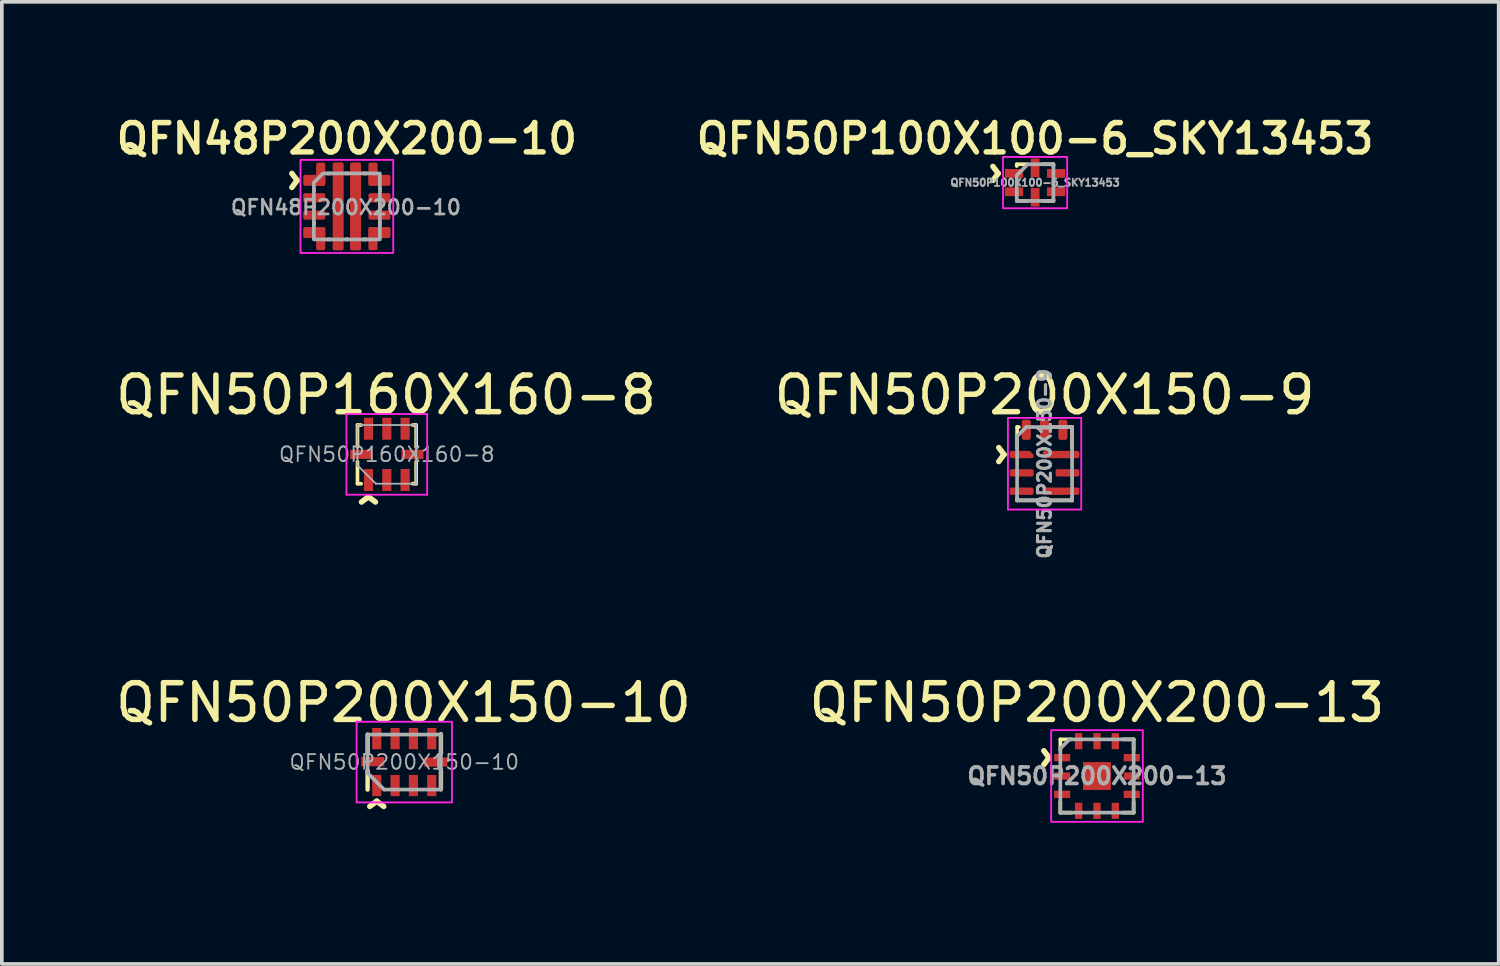
<source format=kicad_pcb>
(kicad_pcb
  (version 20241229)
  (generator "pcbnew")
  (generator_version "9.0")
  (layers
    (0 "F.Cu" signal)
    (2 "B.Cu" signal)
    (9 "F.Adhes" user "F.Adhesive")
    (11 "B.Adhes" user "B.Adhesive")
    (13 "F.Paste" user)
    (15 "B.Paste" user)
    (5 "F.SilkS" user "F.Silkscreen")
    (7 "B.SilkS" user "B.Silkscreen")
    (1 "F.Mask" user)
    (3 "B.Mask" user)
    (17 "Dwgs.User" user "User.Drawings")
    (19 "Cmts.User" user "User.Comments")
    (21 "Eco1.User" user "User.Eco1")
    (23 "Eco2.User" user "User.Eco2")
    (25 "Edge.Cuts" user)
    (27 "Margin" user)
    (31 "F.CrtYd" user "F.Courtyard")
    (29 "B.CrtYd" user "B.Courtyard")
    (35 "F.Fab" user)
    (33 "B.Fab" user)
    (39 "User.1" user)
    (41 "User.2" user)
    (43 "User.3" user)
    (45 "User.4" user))
  (footprint "QFN48P200X200-10"
    (layer "F.Cu")
    (at 6.412 2.581)
    (property "Reference" "QFN48P200X200-10" (at 0 -1.85 0) (layer "F.SilkS") (effects (font (size 0.8 0.8) (thickness 0.15))))
    (attr smd)
    (fp_line (start -0.9 -0.42) (end -0.9 -0.5) (stroke (width 0.1) (type solid)) (layer "F.SilkS"))
    (fp_line (start -0.9 0.06) (end -0.9 -0.06) (stroke (width 0.1) (type solid)) (layer "F.SilkS"))
    (fp_line (start -0.9 0.5) (end -0.9 0.42) (stroke (width 0.1) (type solid)) (layer "F.SilkS"))
    (fp_line (start -0.53 -0.9) (end -0.45 -0.9) (stroke (width 0.1) (type solid)) (layer "F.SilkS"))
    (fp_line (start -0.53 0.9) (end -0.45 0.9) (stroke (width 0.1) (type solid)) (layer "F.SilkS"))
    (fp_line (start -0.03 -0.9) (end 0.03 -0.9) (stroke (width 0.1) (type solid)) (layer "F.SilkS"))
    (fp_line (start -0.03 0.9) (end 0.03 0.9) (stroke (width 0.1) (type solid)) (layer "F.SilkS"))
    (fp_line (start 0.45 -0.9) (end 0.53 -0.9) (stroke (width 0.1) (type solid)) (layer "F.SilkS"))
    (fp_line (start 0.45 0.9) (end 0.53 0.9) (stroke (width 0.1) (type solid)) (layer "F.SilkS"))
    (fp_line (start 0.9 -0.42) (end 0.9 -0.5) (stroke (width 0.1) (type solid)) (layer "F.SilkS"))
    (fp_line (start 0.9 0.06) (end 0.9 -0.06) (stroke (width 0.1) (type solid)) (layer "F.SilkS"))
    (fp_line (start 0.9 0.5) (end 0.9 0.42) (stroke (width 0.1) (type solid)) (layer "F.SilkS"))
    (fp_rect (start -1.265 -1.27) (end 1.265 1.27) (stroke (width 0.05) (type solid)) (fill no) (layer "F.CrtYd"))
    (fp_poly (pts (xy 0.9 0.9) (xy -0.9 0.9) (xy -0.9 -0.65) (xy -0.65 -0.9) (xy 0.9 -0.9)) (stroke (width 0.1) (type solid)) (fill no) (layer "F.Fab"))
    (fp_text user "^" (at -1.95 -0.71 270) (unlocked yes) (layer "F.SilkS") (effects (font (size 1 1) (thickness 0.15))))
    (fp_text user "${REFERENCE}" (at -0.025 0.025 0) (layer "F.Fab") (effects (font (size 0.4 0.4) (thickness 0.075))))
    (pad "" smd roundrect (at -0.24 -0.66 180) (size 0.28 1.06) (layers "F.Paste") (roundrect_rratio 0.167))
    (pad "" smd roundrect (at -0.24 0.66 180) (size 0.28 1.06) (layers "F.Paste") (roundrect_rratio 0.167))
    (pad "" smd roundrect (at 0.24 -0.66 180) (size 0.28 1.06) (layers "F.Paste") (roundrect_rratio 0.167))
    (pad "" smd roundrect (at 0.24 0.66 180) (size 0.28 1.06) (layers "F.Paste") (roundrect_rratio 0.167))
    (pad "1" smd roundrect (at -0.89 -0.713 90) (size 0.3 0.6) (layers "F.Cu" "F.Mask" "F.Paste") (roundrect_rratio 0.167))
    (pad "1" smd roundrect (at -0.713 -0.88 180) (size 0.25 0.63) (layers "F.Cu" "F.Mask" "F.Paste") (roundrect_rratio 0.2))
    (pad "2" smd roundrect (at -0.89 -0.237 90) (size 0.25 0.6) (layers "F.Cu" "F.Mask" "F.Paste") (roundrect_rratio 0.2))
    (pad "3" smd roundrect (at -0.89 0.237 90) (size 0.25 0.6) (layers "F.Cu" "F.Mask" "F.Paste") (roundrect_rratio 0.2))
    (pad "4" smd roundrect (at -0.89 0.713 90) (size 0.3 0.6) (layers "F.Cu" "F.Mask" "F.Paste") (roundrect_rratio 0.167))
    (pad "4" smd roundrect (at -0.713 0.88 180) (size 0.25 0.63) (layers "F.Cu" "F.Mask" "F.Paste") (roundrect_rratio 0.2))
    (pad "5" smd roundrect (at -0.237 0) (size 0.3 2.4) (layers "F.Cu" "F.Mask") (roundrect_rratio 0.167))
    (pad "6" smd roundrect (at 0.237 0) (size 0.3 2.4) (layers "F.Cu" "F.Mask") (roundrect_rratio 0.167))
    (pad "7" smd roundrect (at 0.713 0.88 180) (size 0.25 0.63) (layers "F.Cu" "F.Mask" "F.Paste") (roundrect_rratio 0.2))
    (pad "7" smd roundrect (at 0.89 0.713 90) (size 0.3 0.6) (layers "F.Cu" "F.Mask" "F.Paste") (roundrect_rratio 0.167))
    (pad "8" smd roundrect (at 0.89 0.237 90) (size 0.25 0.6) (layers "F.Cu" "F.Mask" "F.Paste") (roundrect_rratio 0.2))
    (pad "9" smd roundrect (at 0.89 -0.237 90) (size 0.25 0.6) (layers "F.Cu" "F.Mask" "F.Paste") (roundrect_rratio 0.2))
    (pad "10" smd roundrect (at 0.713 -0.88 180) (size 0.25 0.63) (layers "F.Cu" "F.Mask" "F.Paste") (roundrect_rratio 0.2))
    (pad "10" smd roundrect (at 0.89 -0.713 90) (size 0.3 0.6) (layers "F.Cu" "F.Mask" "F.Paste") (roundrect_rratio 0.167)))
  (footprint "QFN50P100X100-6_SKY13453"
    (layer "F.Cu")
    (at 25.187 1.931)
    (property "Reference" "QFN50P100X100-6_SKY13453" (at 0 -1.2 0) (layer "F.SilkS") (effects (font (size 0.8 0.8) (thickness 0.15))))
    (attr smd)
    (fp_line (start -0.5 -0.5) (end -0.5 -0.45) (stroke (width 0.1) (type solid)) (layer "F.SilkS"))
    (fp_line (start -0.5 -0.05) (end -0.5 0.05) (stroke (width 0.1) (type solid)) (layer "F.SilkS"))
    (fp_line (start -0.5 0.5) (end -0.5 0.45) (stroke (width 0.1) (type solid)) (layer "F.SilkS"))
    (fp_line (start -0.2 -0.5) (end -0.5 -0.5) (stroke (width 0.1) (type solid)) (layer "F.SilkS"))
    (fp_line (start -0.2 0.5) (end -0.5 0.5) (stroke (width 0.1) (type solid)) (layer "F.SilkS"))
    (fp_line (start 0.2 0.5) (end 0.5 0.5) (stroke (width 0.1) (type solid)) (layer "F.SilkS"))
    (fp_line (start 0.5 -0.5) (end 0.2 -0.5) (stroke (width 0.1) (type solid)) (layer "F.SilkS"))
    (fp_line (start 0.5 -0.5) (end 0.5 -0.45) (stroke (width 0.1) (type solid)) (layer "F.SilkS"))
    (fp_line (start 0.5 -0.05) (end 0.5 0.05) (stroke (width 0.1) (type solid)) (layer "F.SilkS"))
    (fp_line (start 0.5 0.5) (end 0.5 0.45) (stroke (width 0.1) (type solid)) (layer "F.SilkS"))
    (fp_rect (start 0.875 -0.7) (end -0.875 0.7) (stroke (width 0.05) (type solid)) (fill no) (layer "F.CrtYd"))
    (fp_poly (pts (xy 0.5 0.5) (xy 0.5 -0.5) (xy -0.2 -0.5) (xy -0.5 -0.2) (xy -0.5 0.5)) (stroke (width 0.1) (type solid)) (fill no) (layer "F.Fab"))
    (fp_text user "^" (at -1.6 -0.25 270) (unlocked yes) (layer "F.SilkS") (effects (font (size 1 1) (thickness 0.15))))
    (fp_text user "${REFERENCE}" (at 0 0 0) (layer "F.Fab") (effects (font (size 0.2 0.2) (thickness 0.05))))
    (pad "1" smd rect (at -0.5 -0.25) (size 0.5 0.24) (drill (offset -0.075 0)) (layers "F.Cu" "F.Mask" "F.Paste"))
    (pad "2" smd rect (at -0.5 0.25) (size 0.5 0.24) (drill (offset -0.075 0)) (layers "F.Cu" "F.Mask" "F.Paste"))
    (pad "3" smd rect (at 0 0.4 90) (size 0.51 0.24) (layers "F.Cu" "F.Mask" "F.Paste"))
    (pad "4" smd rect (at 0.5 0.25) (size 0.5 0.24) (drill (offset 0.075 0)) (layers "F.Cu" "F.Mask" "F.Paste"))
    (pad "5" smd rect (at 0.5 -0.25) (size 0.5 0.24) (drill (offset 0.075 0)) (layers "F.Cu" "F.Mask" "F.Paste"))
    (pad "6" smd rect (at 0 -0.4 270) (size 0.51 0.24) (layers "F.Cu" "F.Mask" "F.Paste")))
  (footprint "QFN50P200X150-10"
    (layer "F.Cu")
    (at 7.978 17.739)
    (property "Reference" "QFN50P200X150-10" (at -0.02 -1.62 0) (unlocked yes) (layer "F.SilkS") (effects (font (size 1 1) (thickness 0.15))))
    (attr smd)
    (fp_line (start -1 -0.75) (end -1 -0.25) (stroke (width 0.12) (type solid)) (layer "F.SilkS"))
    (fp_line (start -1 0.75) (end -1 0.23) (stroke (width 0.12) (type solid)) (layer "F.SilkS"))
    (fp_line (start 1 -0.76) (end 1 -0.24) (stroke (width 0.12) (type solid)) (layer "F.SilkS"))
    (fp_line (start 1 0.74) (end 1 0.24) (stroke (width 0.12) (type solid)) (layer "F.SilkS"))
    (fp_line (start -1.3 -1.1) (end 1.3 -1.1) (stroke (width 0.05) (type solid)) (layer "F.CrtYd"))
    (fp_line (start -1.3 1.1) (end -1.3 -1.1) (stroke (width 0.05) (type solid)) (layer "F.CrtYd"))
    (fp_line (start 1.3 -1.1) (end 1.3 1.1) (stroke (width 0.05) (type solid)) (layer "F.CrtYd"))
    (fp_line (start 1.3 1.1) (end -1.3 1.1) (stroke (width 0.05) (type solid)) (layer "F.CrtYd"))
    (fp_line (start -1 -0.75) (end 1 -0.75) (stroke (width 0.1) (type solid)) (layer "F.Fab"))
    (fp_line (start -1 0.3) (end -1 -0.75) (stroke (width 0.1) (type solid)) (layer "F.Fab"))
    (fp_line (start -0.55 0.75) (end -1 0.3) (stroke (width 0.1) (type solid)) (layer "F.Fab"))
    (fp_line (start 1 -0.75) (end 1 0.75) (stroke (width 0.1) (type solid)) (layer "F.Fab"))
    (fp_line (start 1 0.75) (end -0.55 0.75) (stroke (width 0.1) (type solid)) (layer "F.Fab"))
    (fp_text user "^" (at -0.75 1.66 0) (unlocked yes) (layer "F.SilkS") (effects (font (size 1 1) (thickness 0.15))))
    (fp_text user "${REFERENCE}" (at 0 0 0) (unlocked yes) (layer "F.Fab") (effects (font (size 0.4 0.4) (thickness 0.05))))
    (pad "1" smd rect (at -0.75 0.64) (size 0.25 0.58) (layers "F.Cu" "F.Mask" "F.Paste"))
    (pad "2" smd rect (at -0.25 0.64) (size 0.25 0.58) (layers "F.Cu" "F.Mask" "F.Paste"))
    (pad "3" smd rect (at 0.25 0.64) (size 0.25 0.58) (layers "F.Cu" "F.Mask" "F.Paste"))
    (pad "4" smd rect (at 0.75 0.64) (size 0.25 0.58) (layers "F.Cu" "F.Mask" "F.Paste"))
    (pad "5" smd rect (at 0.86 0) (size 0.63 0.25) (layers "F.Cu" "F.Mask" "F.Paste"))
    (pad "6" smd rect (at 0.75 -0.64) (size 0.25 0.58) (layers "F.Cu" "F.Mask" "F.Paste"))
    (pad "7" smd rect (at 0.25 -0.64) (size 0.25 0.58) (layers "F.Cu" "F.Mask" "F.Paste"))
    (pad "8" smd rect (at -0.25 -0.64) (size 0.25 0.58) (layers "F.Cu" "F.Mask" "F.Paste"))
    (pad "9" smd rect (at -0.75 -0.64) (size 0.25 0.58) (layers "F.Cu" "F.Mask" "F.Paste"))
    (pad "10" smd rect (at -0.86 -0.01) (size 0.63 0.25) (layers "F.Cu" "F.Mask" "F.Paste")))
  (footprint "QFN50P160X160-8"
    (layer "F.Cu")
    (at 7.502 9.345)
    (property "Reference" "QFN50P160X160-8" (at -0.02 -1.62 0) (unlocked yes) (layer "F.SilkS") (effects (font (size 1 1) (thickness 0.15))))
    (attr smd)
    (fp_line (start -0.8 -0.8) (end -0.8 -0.2) (stroke (width 0.1) (type solid)) (layer "F.SilkS"))
    (fp_line (start -0.8 -0.8) (end -0.7 -0.8) (stroke (width 0.1) (type solid)) (layer "F.SilkS"))
    (fp_line (start -0.8 0.8) (end -0.8 0.2) (stroke (width 0.1) (type solid)) (layer "F.SilkS"))
    (fp_line (start -0.8 0.8) (end -0.7 0.8) (stroke (width 0.1) (type solid)) (layer "F.SilkS"))
    (fp_line (start 0.8 -0.8) (end 0.7 -0.8) (stroke (width 0.1) (type solid)) (layer "F.SilkS"))
    (fp_line (start 0.8 -0.8) (end 0.8 -0.2) (stroke (width 0.1) (type solid)) (layer "F.SilkS"))
    (fp_line (start 0.8 0.8) (end 0.7 0.8) (stroke (width 0.1) (type solid)) (layer "F.SilkS"))
    (fp_line (start 0.8 0.8) (end 0.8 0.2) (stroke (width 0.1) (type solid)) (layer "F.SilkS"))
    (fp_line (start -1.1 -1.1) (end 1.1 -1.1) (stroke (width 0.05) (type solid)) (layer "F.CrtYd"))
    (fp_line (start -1.1 1.1) (end -1.1 -1.1) (stroke (width 0.05) (type solid)) (layer "F.CrtYd"))
    (fp_line (start 1.1 -1.1) (end 1.1 1.1) (stroke (width 0.05) (type solid)) (layer "F.CrtYd"))
    (fp_line (start 1.1 1.1) (end -1.1 1.1) (stroke (width 0.05) (type solid)) (layer "F.CrtYd"))
    (fp_line (start -0.8 -0.8) (end 0.8 -0.8) (stroke (width 0.05) (type solid)) (layer "F.Fab"))
    (fp_line (start -0.8 0.3) (end -0.8 -0.8) (stroke (width 0.05) (type solid)) (layer "F.Fab"))
    (fp_line (start -0.3 0.8) (end -0.8 0.3) (stroke (width 0.05) (type solid)) (layer "F.Fab"))
    (fp_line (start 0.8 -0.8) (end 0.8 0.8) (stroke (width 0.05) (type solid)) (layer "F.Fab"))
    (fp_line (start 0.8 0.8) (end -0.3 0.8) (stroke (width 0.05) (type solid)) (layer "F.Fab"))
    (fp_text user "^" (at -0.5 1.75 0) (unlocked yes) (layer "F.SilkS") (effects (font (size 1 1) (thickness 0.15))))
    (fp_text user "${REFERENCE}" (at 0 0 0) (unlocked yes) (layer "F.Fab") (effects (font (size 0.4 0.4) (thickness 0.05))))
    (pad "1" smd rect (at -0.5 0.7 90) (size 0.6 0.25) (layers "F.Cu" "F.Mask" "F.Paste"))
    (pad "2" smd rect (at 0 0.7 90) (size 0.6 0.25) (layers "F.Cu" "F.Mask" "F.Paste"))
    (pad "3" smd rect (at 0.5 0.7 90) (size 0.6 0.25) (layers "F.Cu" "F.Mask" "F.Paste"))
    (pad "4" smd rect (at 0.7 0) (size 0.6 0.25) (layers "F.Cu" "F.Mask" "F.Paste"))
    (pad "5" smd rect (at 0.5 -0.7 90) (size 0.6 0.25) (layers "F.Cu" "F.Mask" "F.Paste"))
    (pad "6" smd rect (at 0 -0.7 90) (size 0.6 0.25) (layers "F.Cu" "F.Mask" "F.Paste"))
    (pad "7" smd rect (at -0.5 -0.7 90) (size 0.6 0.25) (layers "F.Cu" "F.Mask" "F.Paste"))
    (pad "8" smd rect (at -0.7 0) (size 0.6 0.25) (layers "F.Cu" "F.Mask" "F.Paste")))
  (footprint "QFN50P200X200-13"
    (layer "F.Cu")
    (at 26.875 18.119)
    (property "Reference" "QFN50P200X200-13" (at 0 -2 0) (unlocked yes) (layer "F.SilkS") (effects (font (size 1 1) (thickness 0.15))))
    (fp_line (start -1 -1) (end -1 -0.7) (stroke (width 0.1) (type solid)) (layer "F.SilkS"))
    (fp_line (start -1 0.7) (end -1 1) (stroke (width 0.1) (type solid)) (layer "F.SilkS"))
    (fp_line (start -1 1) (end -0.7 1) (stroke (width 0.1) (type solid)) (layer "F.SilkS"))
    (fp_line (start -0.7 -1) (end -1 -1) (stroke (width 0.1) (type solid)) (layer "F.SilkS"))
    (fp_line (start 0.7 -1) (end 1 -1) (stroke (width 0.1) (type solid)) (layer "F.SilkS"))
    (fp_line (start 0.7 1) (end 1 1) (stroke (width 0.1) (type solid)) (layer "F.SilkS"))
    (fp_line (start 1 -1) (end 1 -0.7) (stroke (width 0.1) (type solid)) (layer "F.SilkS"))
    (fp_line (start 1 1) (end 1 0.7) (stroke (width 0.1) (type solid)) (layer "F.SilkS"))
    (fp_rect (start -1.25 -1.25) (end 1.25 1.25) (stroke (width 0.05) (type solid)) (fill no) (layer "F.CrtYd"))
    (fp_line (start -1 -0.75) (end -1 1) (stroke (width 0.1) (type solid)) (layer "F.Fab"))
    (fp_line (start -1 1) (end 1 1) (stroke (width 0.1) (type solid)) (layer "F.Fab"))
    (fp_line (start -0.75 -1) (end -1 -0.75) (stroke (width 0.1) (type solid)) (layer "F.Fab"))
    (fp_line (start 1 -1) (end -0.75 -1) (stroke (width 0.1) (type solid)) (layer "F.Fab"))
    (fp_line (start 1 1) (end 1 -1) (stroke (width 0.1) (type solid)) (layer "F.Fab"))
    (fp_text user "^" (at -1.9 -0.5 270) (unlocked yes) (layer "F.SilkS") (effects (font (size 1 1) (thickness 0.15))))
    (fp_text user "${REFERENCE}" (at 0 0 0) (unlocked yes) (layer "F.Fab") (effects (font (size 0.45 0.45) (thickness 0.1))))
    (pad "1" smd rect (at -0.95 -0.5 90) (size 0.2 0.44) (layers "F.Cu" "F.Mask" "F.Paste"))
    (pad "2" smd rect (at -0.95 0 90) (size 0.2 0.44) (layers "F.Cu" "F.Mask" "F.Paste"))
    (pad "3" smd rect (at -0.95 0.5 90) (size 0.2 0.44) (layers "F.Cu" "F.Mask" "F.Paste"))
    (pad "4" smd rect (at -0.5 0.95 180) (size 0.2 0.44) (layers "F.Cu" "F.Mask" "F.Paste"))
    (pad "5" smd rect (at 0 0.95 180) (size 0.2 0.44) (layers "F.Cu" "F.Mask" "F.Paste"))
    (pad "6" smd rect (at 0.5 0.95 180) (size 0.2 0.44) (layers "F.Cu" "F.Mask" "F.Paste"))
    (pad "7" smd rect (at 0.95 0.5 270) (size 0.2 0.44) (layers "F.Cu" "F.Mask" "F.Paste"))
    (pad "8" smd rect (at 0.95 0 270) (size 0.2 0.44) (layers "F.Cu" "F.Mask" "F.Paste"))
    (pad "9" smd rect (at 0.95 -0.5 270) (size 0.2 0.44) (layers "F.Cu" "F.Mask" "F.Paste"))
    (pad "10" smd rect (at 0.5 -0.95) (size 0.2 0.44) (layers "F.Cu" "F.Mask" "F.Paste"))
    (pad "11" smd rect (at 0 -0.95) (size 0.2 0.44) (layers "F.Cu" "F.Mask" "F.Paste"))
    (pad "12" smd rect (at -0.5 -0.95) (size 0.2 0.44) (layers "F.Cu" "F.Mask" "F.Paste"))
    (pad "13" smd rect (at 0 0 270) (size 0.76 0.76) (layers "F.Cu" "F.Mask" "F.Paste")))
  (footprint "QFN50P200X150-9"
    (layer "F.Cu")
    (at 25.446 9.6)
    (property "Reference" "QFN50P200X150-9" (at 0 -1.875 0) (unlocked yes) (layer "F.SilkS") (effects (font (size 1 1) (thickness 0.15))))
    (fp_line (start -0.75 -1) (end -0.75 -0.425) (stroke (width 0.1) (type solid)) (layer "F.SilkS"))
    (fp_line (start -0.75 1) (end -0.75 0.925) (stroke (width 0.1) (type solid)) (layer "F.SilkS"))
    (fp_line (start -0.75 1) (end 0.75 1) (stroke (width 0.1) (type solid)) (layer "F.SilkS"))
    (fp_line (start -0.7 -1) (end -0.75 -1) (stroke (width 0.1) (type solid)) (layer "F.SilkS"))
    (fp_line (start 0.7 -1) (end 0.75 -1) (stroke (width 0.1) (type solid)) (layer "F.SilkS"))
    (fp_line (start 0.75 -1) (end 0.75 -0.425) (stroke (width 0.1) (type solid)) (layer "F.SilkS"))
    (fp_line (start 0.75 1) (end 0.75 0.925) (stroke (width 0.1) (type solid)) (layer "F.SilkS"))
    (fp_rect (start -1 -1.25) (end 1 1.25) (stroke (width 0.05) (type solid)) (fill no) (layer "F.CrtYd"))
    (fp_line (start -0.75 -0.75) (end -0.5 -1) (stroke (width 0.1) (type solid)) (layer "F.Fab"))
    (fp_line (start -0.75 1) (end -0.75 -0.75) (stroke (width 0.1) (type solid)) (layer "F.Fab"))
    (fp_line (start -0.5 -1) (end 0.75 -1) (stroke (width 0.1) (type solid)) (layer "F.Fab"))
    (fp_line (start 0.75 -1) (end 0.225 -1) (stroke (width 0.1) (type solid)) (layer "F.Fab"))
    (fp_line (start 0.75 -1) (end 0.75 1) (stroke (width 0.1) (type solid)) (layer "F.Fab"))
    (fp_line (start 0.75 1) (end -0.75 1) (stroke (width 0.1) (type solid)) (layer "F.Fab"))
    (fp_text user "^" (at -1.7 -0.25 270) (unlocked yes) (layer "F.SilkS") (effects (font (size 1 1) (thickness 0.15))))
    (fp_text user "${REFERENCE}" (at 0 0 90) (unlocked yes) (layer "F.Fab") (effects (font (size 0.35 0.35) (thickness 0.087))))
    (pad "1" smd roundrect (at -0.625 -0.25) (size 0.65 0.2) (layers "F.Cu" "F.Mask" "F.Paste") (roundrect_rratio 0.25) (chamfer_ratio 0.5) (chamfer top_right))
    (pad "2" smd roundrect (at -0.625 0.25) (size 0.65 0.2) (layers "F.Cu" "F.Mask" "F.Paste") (roundrect_rratio 0.25))
    (pad "3" smd roundrect (at -0.625 0.75) (size 0.65 0.2) (layers "F.Cu" "F.Mask" "F.Paste") (roundrect_rratio 0.25))
    (pad "4" smd roundrect (at 0.45 0.75) (size 1 0.2) (layers "F.Cu" "F.Mask" "F.Paste") (roundrect_rratio 0.25))
    (pad "5" smd roundrect (at 0.625 0.25) (size 0.65 0.2) (layers "F.Cu" "F.Mask" "F.Paste") (roundrect_rratio 0.25))
    (pad "6" smd roundrect (at 0.45 -0.25) (size 1 0.2) (layers "F.Cu" "F.Mask" "F.Paste") (roundrect_rratio 0.25))
    (pad "7" smd roundrect (at 0.5 -0.925 90) (size 0.55 0.25) (layers "F.Cu" "F.Mask" "F.Paste") (roundrect_rratio 0.25))
    (pad "8" smd roundrect (at 0 -0.925 90) (size 0.55 0.25) (layers "F.Cu" "F.Mask" "F.Paste") (roundrect_rratio 0.25))
    (pad "9" smd roundrect (at -0.5 -0.925 90) (size 0.55 0.25) (layers "F.Cu" "F.Mask" "F.Paste") (roundrect_rratio 0.25)))
  (gr_rect
    (start -3 -3)
    (end 37.833 23.247)
    (stroke (width 0.1) (type default))
    (fill no)
    (layer "Edge.Cuts")))
</source>
